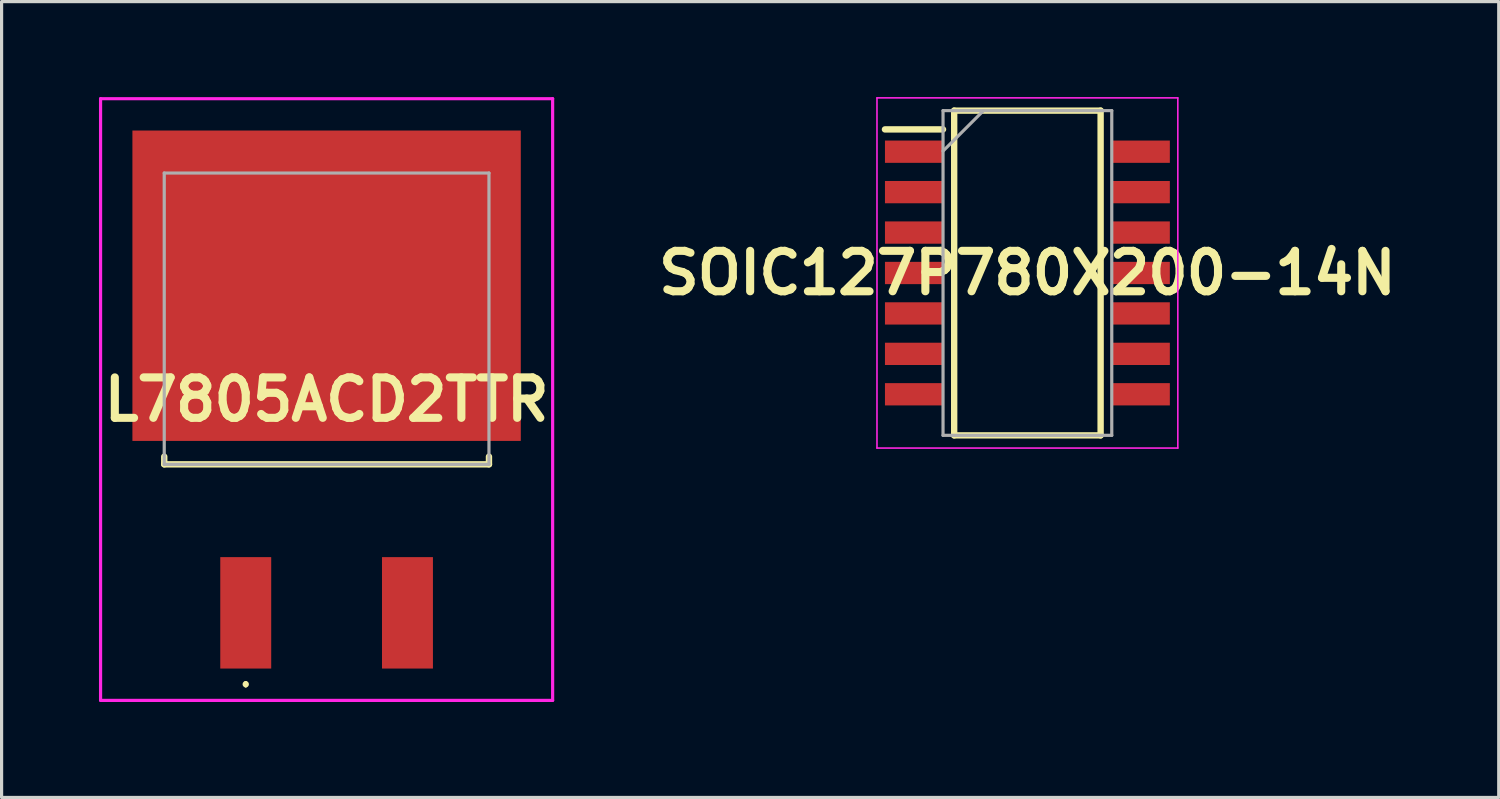
<source format=kicad_pcb>
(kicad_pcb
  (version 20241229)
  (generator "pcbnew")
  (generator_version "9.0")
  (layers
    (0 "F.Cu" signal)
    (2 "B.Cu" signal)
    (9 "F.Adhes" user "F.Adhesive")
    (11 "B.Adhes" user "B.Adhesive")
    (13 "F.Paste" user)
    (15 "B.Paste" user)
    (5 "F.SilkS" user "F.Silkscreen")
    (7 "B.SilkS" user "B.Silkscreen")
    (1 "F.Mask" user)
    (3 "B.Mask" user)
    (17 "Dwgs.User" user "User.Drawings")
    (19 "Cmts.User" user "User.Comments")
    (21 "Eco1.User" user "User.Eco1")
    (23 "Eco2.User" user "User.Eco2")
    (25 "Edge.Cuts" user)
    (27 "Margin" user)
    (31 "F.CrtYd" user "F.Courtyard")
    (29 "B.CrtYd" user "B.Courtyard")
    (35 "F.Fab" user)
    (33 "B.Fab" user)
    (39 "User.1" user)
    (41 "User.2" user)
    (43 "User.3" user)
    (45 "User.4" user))
  (footprint "SOIC127P780X200-14N"
    (layer "F.Cu")
    (at 29.222 5.525)
    (property "Reference" "SOIC127P780X200-14N" (at 0 0 0) (layer "F.SilkS") (effects (font (size 1.27 1.27) (thickness 0.254))))
    (attr smd)
    (fp_line (start -4.475 -4.51) (end -2.65 -4.51) (stroke (width 0.2) (type solid)) (layer "F.SilkS"))
    (fp_line (start -2.3 -5.1) (end 2.3 -5.1) (stroke (width 0.2) (type solid)) (layer "F.SilkS"))
    (fp_line (start -2.3 5.1) (end -2.3 -5.1) (stroke (width 0.2) (type solid)) (layer "F.SilkS"))
    (fp_line (start 2.3 -5.1) (end 2.3 5.1) (stroke (width 0.2) (type solid)) (layer "F.SilkS"))
    (fp_line (start 2.3 5.1) (end -2.3 5.1) (stroke (width 0.2) (type solid)) (layer "F.SilkS"))
    (fp_line (start -4.725 -5.5) (end 4.725 -5.5) (stroke (width 0.05) (type solid)) (layer "F.CrtYd"))
    (fp_line (start -4.725 5.5) (end -4.725 -5.5) (stroke (width 0.05) (type solid)) (layer "F.CrtYd"))
    (fp_line (start 4.725 -5.5) (end 4.725 5.5) (stroke (width 0.05) (type solid)) (layer "F.CrtYd"))
    (fp_line (start 4.725 5.5) (end -4.725 5.5) (stroke (width 0.05) (type solid)) (layer "F.CrtYd"))
    (fp_line (start -2.65 -5.1) (end 2.65 -5.1) (stroke (width 0.1) (type solid)) (layer "F.Fab"))
    (fp_line (start -2.65 -3.83) (end -1.38 -5.1) (stroke (width 0.1) (type solid)) (layer "F.Fab"))
    (fp_line (start -2.65 5.1) (end -2.65 -5.1) (stroke (width 0.1) (type solid)) (layer "F.Fab"))
    (fp_line (start 2.65 -5.1) (end 2.65 5.1) (stroke (width 0.1) (type solid)) (layer "F.Fab"))
    (fp_line (start 2.65 5.1) (end -2.65 5.1) (stroke (width 0.1) (type solid)) (layer "F.Fab"))
    (pad "1" smd rect (at -3.562 -3.81 90) (size 0.7 1.825) (layers "F.Cu" "F.Mask" "F.Paste"))
    (pad "2" smd rect (at -3.562 -2.54 90) (size 0.7 1.825) (layers "F.Cu" "F.Mask" "F.Paste"))
    (pad "3" smd rect (at -3.562 -1.27 90) (size 0.7 1.825) (layers "F.Cu" "F.Mask" "F.Paste"))
    (pad "4" smd rect (at -3.562 0 90) (size 0.7 1.825) (layers "F.Cu" "F.Mask" "F.Paste"))
    (pad "5" smd rect (at -3.562 1.27 90) (size 0.7 1.825) (layers "F.Cu" "F.Mask" "F.Paste"))
    (pad "6" smd rect (at -3.562 2.54 90) (size 0.7 1.825) (layers "F.Cu" "F.Mask" "F.Paste"))
    (pad "7" smd rect (at -3.562 3.81 90) (size 0.7 1.825) (layers "F.Cu" "F.Mask" "F.Paste"))
    (pad "8" smd rect (at 3.562 3.81 90) (size 0.7 1.825) (layers "F.Cu" "F.Mask" "F.Paste"))
    (pad "9" smd rect (at 3.562 2.54 90) (size 0.7 1.825) (layers "F.Cu" "F.Mask" "F.Paste"))
    (pad "10" smd rect (at 3.562 1.27 90) (size 0.7 1.825) (layers "F.Cu" "F.Mask" "F.Paste"))
    (pad "11" smd rect (at 3.562 0 90) (size 0.7 1.825) (layers "F.Cu" "F.Mask" "F.Paste"))
    (pad "12" smd rect (at 3.562 -1.27 90) (size 0.7 1.825) (layers "F.Cu" "F.Mask" "F.Paste"))
    (pad "13" smd rect (at 3.562 -2.54 90) (size 0.7 1.825) (layers "F.Cu" "F.Mask" "F.Paste"))
    (pad "14" smd rect (at 3.562 -3.81 90) (size 0.7 1.825) (layers "F.Cu" "F.Mask" "F.Paste")))
  (footprint "L7805ACD2TTR"
    (layer "F.Cu")
    (at 7.209 9.293)
    (property "Reference" "L7805ACD2TTR" (at 0 0.207 0) (layer "F.SilkS") (effects (font (size 1.27 1.27) (thickness 0.254))))
    (attr smd)
    (fp_line (start -5.1 2) (end -5.1 2.242) (stroke (width 0.2) (type solid)) (layer "F.SilkS"))
    (fp_line (start -5.1 2.242) (end 5.1 2.242) (stroke (width 0.2) (type solid)) (layer "F.SilkS"))
    (fp_line (start -2.54 9.1) (end -2.54 9.1) (stroke (width 0.1) (type solid)) (layer "F.SilkS"))
    (fp_line (start -2.54 9.2) (end -2.54 9.2) (stroke (width 0.1) (type solid)) (layer "F.SilkS"))
    (fp_line (start 5.1 2.242) (end 5.1 2) (stroke (width 0.2) (type solid)) (layer "F.SilkS"))
    (fp_arc (start -2.54 9.1) (mid -2.49 9.15) (end -2.54 9.2) (stroke (width 0.1) (type solid)) (layer "F.SilkS"))
    (fp_arc (start -2.54 9.2) (mid -2.59 9.15) (end -2.54 9.1) (stroke (width 0.1) (type solid)) (layer "F.SilkS"))
    (fp_line (start -7.1 -9.243) (end 7.1 -9.243) (stroke (width 0.1) (type solid)) (layer "F.CrtYd"))
    (fp_line (start -7.1 9.657) (end -7.1 -9.243) (stroke (width 0.1) (type solid)) (layer "F.CrtYd"))
    (fp_line (start 7.1 -9.243) (end 7.1 9.657) (stroke (width 0.1) (type solid)) (layer "F.CrtYd"))
    (fp_line (start 7.1 9.657) (end -7.1 9.657) (stroke (width 0.1) (type solid)) (layer "F.CrtYd"))
    (fp_line (start -5.1 -6.908) (end 5.1 -6.908) (stroke (width 0.1) (type solid)) (layer "F.Fab"))
    (fp_line (start -5.1 2.242) (end -5.1 -6.908) (stroke (width 0.1) (type solid)) (layer "F.Fab"))
    (fp_line (start 5.1 -6.908) (end 5.1 2.242) (stroke (width 0.1) (type solid)) (layer "F.Fab"))
    (fp_line (start 5.1 2.242) (end -5.1 2.242) (stroke (width 0.1) (type solid)) (layer "F.Fab"))
    (pad "1" smd rect (at -2.54 6.907) (size 1.6 3.5) (layers "F.Cu" "F.Mask" "F.Paste"))
    (pad "2" smd rect (at 0 -3.368 90) (size 9.75 12.2) (layers "F.Cu" "F.Mask" "F.Paste"))
    (pad "3" smd rect (at 2.54 6.907) (size 1.6 3.5) (layers "F.Cu" "F.Mask" "F.Paste")))
  (gr_rect
    (start -3 -3)
    (end 44.027 22)
    (stroke (width 0.1) (type default))
    (fill no)
    (layer "Edge.Cuts")))
</source>
